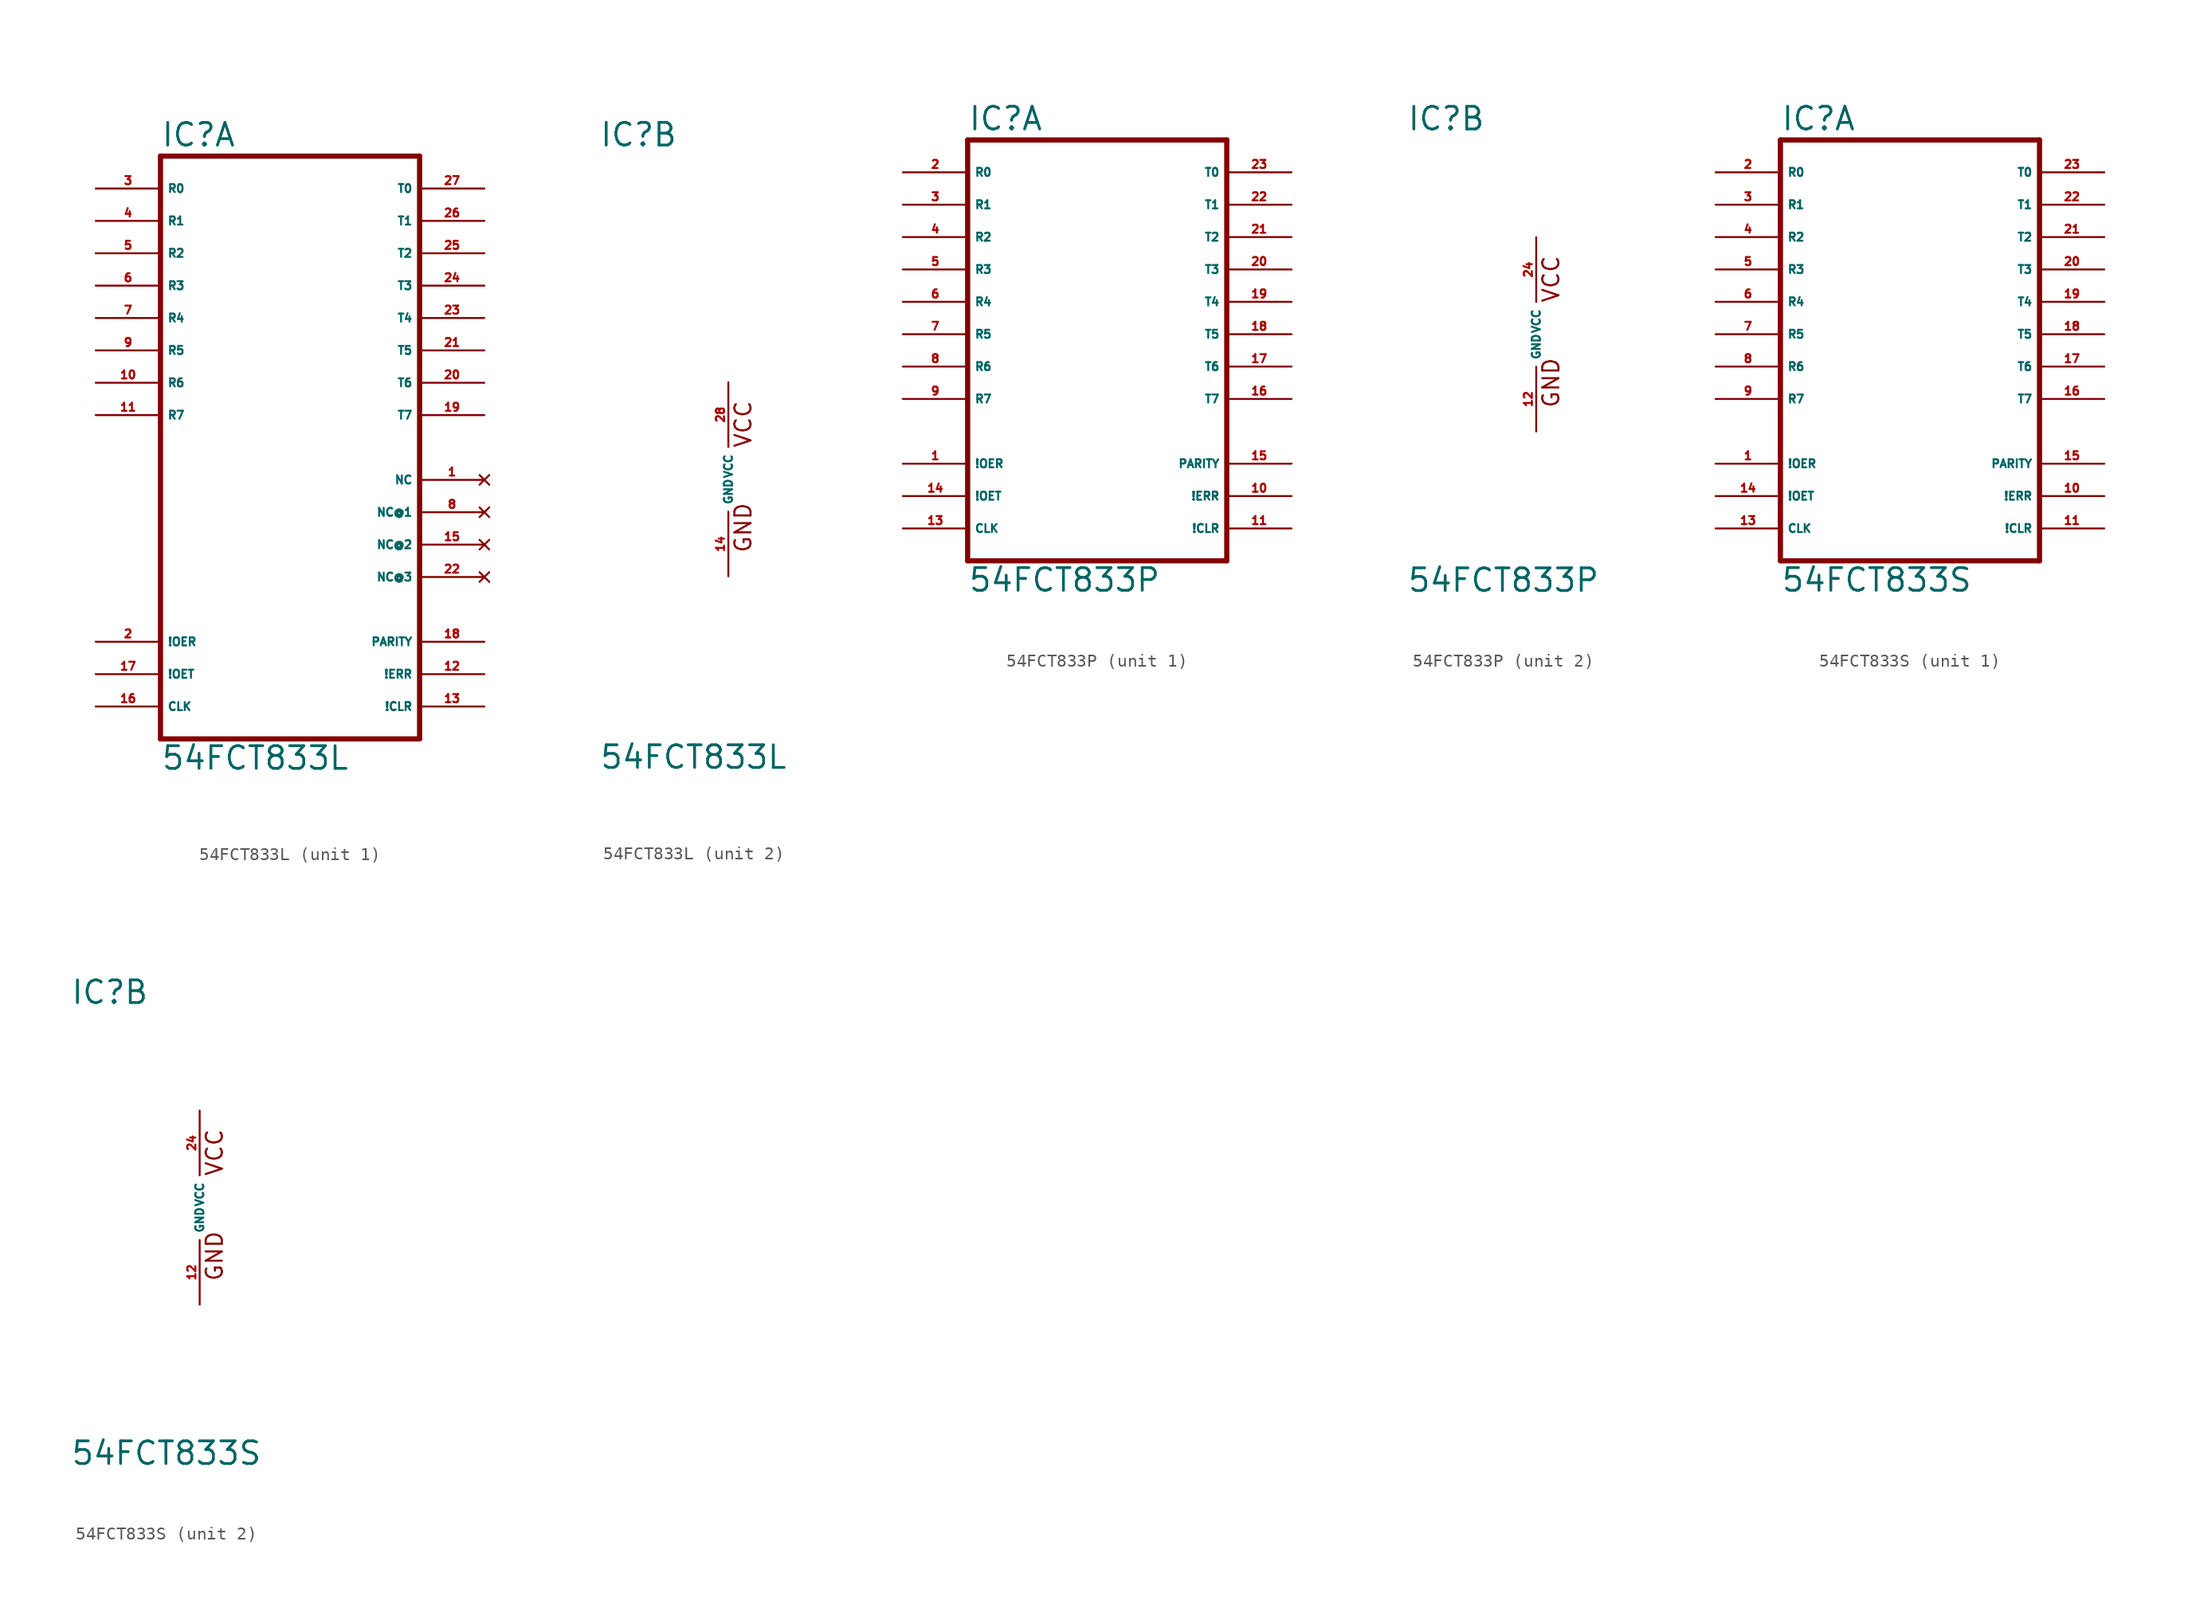
<source format=kicad_sym>
(kicad_symbol_lib
  (version 20220914)
  (generator Eagle2Kicad)
  (symbol "54FCT833L"
    (property "Reference" "IC"
      (at -10.16 26.035 0)
      (effects (font (size 1.778 1.778) (thickness 0.22)) (justify left bottom)))
    (property "Value" "54FCT833L"
      (at -10.16 -22.86 0)
      (effects (font (size 1.778 1.778) (thickness 0.22)) (justify left bottom)))
    (symbol "54FCT833L_1_0"
      (polyline (pts (xy -10.16 -20.32) (xy 10.16 -20.32)) (stroke (width 0.406) (type default)) (fill (type none)))
      (polyline (pts (xy 10.16 -20.32) (xy 10.16 25.4)) (stroke (width 0.406) (type default)) (fill (type none)))
      (polyline (pts (xy 10.16 25.4) (xy -10.16 25.4)) (stroke (width 0.406) (type default)) (fill (type none)))
      (polyline (pts (xy -10.16 25.4) (xy -10.16 -20.32)) (stroke (width 0.406) (type default)) (fill (type none)))
      (pin bidirectional line (at -15.24 22.86 0) (length 5.08) (name "R0" (effects (font (size 0.635 0.635) (thickness 0.08)) (justify left bottom))) (number "3" (effects (font (size 0.635 0.635) (thickness 0.08)) (justify left bottom))))
      (pin bidirectional line (at -15.24 20.32 0) (length 5.08) (name "R1" (effects (font (size 0.635 0.635) (thickness 0.08)) (justify left bottom))) (number "4" (effects (font (size 0.635 0.635) (thickness 0.08)) (justify left bottom))))
      (pin bidirectional line (at -15.24 17.78 0) (length 5.08) (name "R2" (effects (font (size 0.635 0.635) (thickness 0.08)) (justify left bottom))) (number "5" (effects (font (size 0.635 0.635) (thickness 0.08)) (justify left bottom))))
      (pin bidirectional line (at -15.24 15.24 0) (length 5.08) (name "R3" (effects (font (size 0.635 0.635) (thickness 0.08)) (justify left bottom))) (number "6" (effects (font (size 0.635 0.635) (thickness 0.08)) (justify left bottom))))
      (pin bidirectional line (at -15.24 12.7 0) (length 5.08) (name "R4" (effects (font (size 0.635 0.635) (thickness 0.08)) (justify left bottom))) (number "7" (effects (font (size 0.635 0.635) (thickness 0.08)) (justify left bottom))))
      (pin bidirectional line (at -15.24 10.16 0) (length 5.08) (name "R5" (effects (font (size 0.635 0.635) (thickness 0.08)) (justify left bottom))) (number "9" (effects (font (size 0.635 0.635) (thickness 0.08)) (justify left bottom))))
      (pin bidirectional line (at -15.24 7.62 0) (length 5.08) (name "R6" (effects (font (size 0.635 0.635) (thickness 0.08)) (justify left bottom))) (number "10" (effects (font (size 0.635 0.635) (thickness 0.08)) (justify left bottom))))
      (pin bidirectional line (at -15.24 5.08 0) (length 5.08) (name "R7" (effects (font (size 0.635 0.635) (thickness 0.08)) (justify left bottom))) (number "11" (effects (font (size 0.635 0.635) (thickness 0.08)) (justify left bottom))))
      (pin bidirectional line (at 15.24 22.86 180) (length 5.08) (name "T0" (effects (font (size 0.635 0.635) (thickness 0.08)) (justify left bottom))) (number "27" (effects (font (size 0.635 0.635) (thickness 0.08)) (justify left bottom))))
      (pin bidirectional line (at 15.24 20.32 180) (length 5.08) (name "T1" (effects (font (size 0.635 0.635) (thickness 0.08)) (justify left bottom))) (number "26" (effects (font (size 0.635 0.635) (thickness 0.08)) (justify left bottom))))
      (pin bidirectional line (at 15.24 17.78 180) (length 5.08) (name "T2" (effects (font (size 0.635 0.635) (thickness 0.08)) (justify left bottom))) (number "25" (effects (font (size 0.635 0.635) (thickness 0.08)) (justify left bottom))))
      (pin bidirectional line (at 15.24 15.24 180) (length 5.08) (name "T3" (effects (font (size 0.635 0.635) (thickness 0.08)) (justify left bottom))) (number "24" (effects (font (size 0.635 0.635) (thickness 0.08)) (justify left bottom))))
      (pin bidirectional line (at 15.24 12.7 180) (length 5.08) (name "T4" (effects (font (size 0.635 0.635) (thickness 0.08)) (justify left bottom))) (number "23" (effects (font (size 0.635 0.635) (thickness 0.08)) (justify left bottom))))
      (pin bidirectional line (at 15.24 10.16 180) (length 5.08) (name "T5" (effects (font (size 0.635 0.635) (thickness 0.08)) (justify left bottom))) (number "21" (effects (font (size 0.635 0.635) (thickness 0.08)) (justify left bottom))))
      (pin bidirectional line (at 15.24 7.62 180) (length 5.08) (name "T6" (effects (font (size 0.635 0.635) (thickness 0.08)) (justify left bottom))) (number "20" (effects (font (size 0.635 0.635) (thickness 0.08)) (justify left bottom))))
      (pin bidirectional line (at 15.24 5.08 180) (length 5.08) (name "T7" (effects (font (size 0.635 0.635) (thickness 0.08)) (justify left bottom))) (number "19" (effects (font (size 0.635 0.635) (thickness 0.08)) (justify left bottom))))
      (pin input line (at -15.24 -12.7 0) (length 5.08) (name "!OER" (effects (font (size 0.635 0.635) (thickness 0.08)) (justify left bottom))) (number "2" (effects (font (size 0.635 0.635) (thickness 0.08)) (justify left bottom))))
      (pin input line (at -15.24 -15.24 0) (length 5.08) (name "!OET" (effects (font (size 0.635 0.635) (thickness 0.08)) (justify left bottom))) (number "17" (effects (font (size 0.635 0.635) (thickness 0.08)) (justify left bottom))))
      (pin input line (at -15.24 -17.78 0) (length 5.08) (name "CLK" (effects (font (size 0.635 0.635) (thickness 0.08)) (justify left bottom))) (number "16" (effects (font (size 0.635 0.635) (thickness 0.08)) (justify left bottom))))
      (pin output line (at 15.24 -17.78 180) (length 5.08) (name "!CLR" (effects (font (size 0.635 0.635) (thickness 0.08)) (justify left bottom))) (number "13" (effects (font (size 0.635 0.635) (thickness 0.08)) (justify left bottom))))
      (pin output line (at 15.24 -15.24 180) (length 5.08) (name "!ERR" (effects (font (size 0.635 0.635) (thickness 0.08)) (justify left bottom))) (number "12" (effects (font (size 0.635 0.635) (thickness 0.08)) (justify left bottom))))
      (pin bidirectional line (at 15.24 -12.7 180) (length 5.08) (name "PARITY" (effects (font (size 0.635 0.635) (thickness 0.08)) (justify left bottom))) (number "18" (effects (font (size 0.635 0.635) (thickness 0.08)) (justify left bottom))))
      (pin no_connect line (at 15.24 0 180) (length 5.08) (name "NC" (effects (font (size 0.635 0.635) (thickness 0.08)) (justify left bottom) hide)) (number "1" (effects (font (size 0.635 0.635) (thickness 0.08)) (justify left bottom) hide)))
      (pin no_connect line (at 15.24 -2.54 180) (length 5.08) (name "NC@1" (effects (font (size 0.635 0.635) (thickness 0.08)) (justify left bottom) hide)) (number "8" (effects (font (size 0.635 0.635) (thickness 0.08)) (justify left bottom) hide)))
      (pin no_connect line (at 15.24 -5.08 180) (length 5.08) (name "NC@2" (effects (font (size 0.635 0.635) (thickness 0.08)) (justify left bottom) hide)) (number "15" (effects (font (size 0.635 0.635) (thickness 0.08)) (justify left bottom) hide)))
      (pin no_connect line (at 15.24 -7.62 180) (length 5.08) (name "NC@3" (effects (font (size 0.635 0.635) (thickness 0.08)) (justify left bottom) hide)) (number "22" (effects (font (size 0.635 0.635) (thickness 0.08)) (justify left bottom) hide))))
    (symbol "54FCT833L_2_0"
      (text "GND" (at 1.905 -5.842 900) (effects (font (size 1.27 1.27) (thickness 0.16)) (justify left bottom)))
      (text "VCC" (at 1.905 2.413 900) (effects (font (size 1.27 1.27) (thickness 0.16)) (justify left bottom)))
      (pin unspecified line (at 0 7.62 270) (length 5.08) (name "VCC" (effects (font (size 0.635 0.635) (thickness 0.08)) (justify left bottom))) (number "28" (effects (font (size 0.635 0.635) (thickness 0.08)) (justify left bottom))))
      (pin unspecified line (at 0 -7.62 90) (length 5.08) (name "GND" (effects (font (size 0.635 0.635) (thickness 0.08)) (justify left bottom))) (number "14" (effects (font (size 0.635 0.635) (thickness 0.08)) (justify left bottom))))))
  (symbol "54FCT833P"
    (property "Reference" "IC"
      (at -10.16 15.875 0)
      (effects (font (size 1.778 1.778) (thickness 0.22)) (justify left bottom)))
    (property "Value" "54FCT833P"
      (at -10.16 -20.32 0)
      (effects (font (size 1.778 1.778) (thickness 0.22)) (justify left bottom)))
    (symbol "54FCT833P_1_0"
      (polyline (pts (xy -10.16 -17.78) (xy 10.16 -17.78)) (stroke (width 0.406) (type default)) (fill (type none)))
      (polyline (pts (xy 10.16 -17.78) (xy 10.16 15.24)) (stroke (width 0.406) (type default)) (fill (type none)))
      (polyline (pts (xy 10.16 15.24) (xy -10.16 15.24)) (stroke (width 0.406) (type default)) (fill (type none)))
      (polyline (pts (xy -10.16 15.24) (xy -10.16 -17.78)) (stroke (width 0.406) (type default)) (fill (type none)))
      (pin bidirectional line (at -15.24 12.7 0) (length 5.08) (name "R0" (effects (font (size 0.635 0.635) (thickness 0.08)) (justify left bottom))) (number "2" (effects (font (size 0.635 0.635) (thickness 0.08)) (justify left bottom))))
      (pin bidirectional line (at -15.24 10.16 0) (length 5.08) (name "R1" (effects (font (size 0.635 0.635) (thickness 0.08)) (justify left bottom))) (number "3" (effects (font (size 0.635 0.635) (thickness 0.08)) (justify left bottom))))
      (pin bidirectional line (at -15.24 7.62 0) (length 5.08) (name "R2" (effects (font (size 0.635 0.635) (thickness 0.08)) (justify left bottom))) (number "4" (effects (font (size 0.635 0.635) (thickness 0.08)) (justify left bottom))))
      (pin bidirectional line (at -15.24 5.08 0) (length 5.08) (name "R3" (effects (font (size 0.635 0.635) (thickness 0.08)) (justify left bottom))) (number "5" (effects (font (size 0.635 0.635) (thickness 0.08)) (justify left bottom))))
      (pin bidirectional line (at -15.24 2.54 0) (length 5.08) (name "R4" (effects (font (size 0.635 0.635) (thickness 0.08)) (justify left bottom))) (number "6" (effects (font (size 0.635 0.635) (thickness 0.08)) (justify left bottom))))
      (pin bidirectional line (at -15.24 0 0) (length 5.08) (name "R5" (effects (font (size 0.635 0.635) (thickness 0.08)) (justify left bottom))) (number "7" (effects (font (size 0.635 0.635) (thickness 0.08)) (justify left bottom))))
      (pin bidirectional line (at -15.24 -2.54 0) (length 5.08) (name "R6" (effects (font (size 0.635 0.635) (thickness 0.08)) (justify left bottom))) (number "8" (effects (font (size 0.635 0.635) (thickness 0.08)) (justify left bottom))))
      (pin bidirectional line (at -15.24 -5.08 0) (length 5.08) (name "R7" (effects (font (size 0.635 0.635) (thickness 0.08)) (justify left bottom))) (number "9" (effects (font (size 0.635 0.635) (thickness 0.08)) (justify left bottom))))
      (pin bidirectional line (at 15.24 12.7 180) (length 5.08) (name "T0" (effects (font (size 0.635 0.635) (thickness 0.08)) (justify left bottom))) (number "23" (effects (font (size 0.635 0.635) (thickness 0.08)) (justify left bottom))))
      (pin bidirectional line (at 15.24 10.16 180) (length 5.08) (name "T1" (effects (font (size 0.635 0.635) (thickness 0.08)) (justify left bottom))) (number "22" (effects (font (size 0.635 0.635) (thickness 0.08)) (justify left bottom))))
      (pin bidirectional line (at 15.24 7.62 180) (length 5.08) (name "T2" (effects (font (size 0.635 0.635) (thickness 0.08)) (justify left bottom))) (number "21" (effects (font (size 0.635 0.635) (thickness 0.08)) (justify left bottom))))
      (pin bidirectional line (at 15.24 5.08 180) (length 5.08) (name "T3" (effects (font (size 0.635 0.635) (thickness 0.08)) (justify left bottom))) (number "20" (effects (font (size 0.635 0.635) (thickness 0.08)) (justify left bottom))))
      (pin bidirectional line (at 15.24 2.54 180) (length 5.08) (name "T4" (effects (font (size 0.635 0.635) (thickness 0.08)) (justify left bottom))) (number "19" (effects (font (size 0.635 0.635) (thickness 0.08)) (justify left bottom))))
      (pin bidirectional line (at 15.24 0 180) (length 5.08) (name "T5" (effects (font (size 0.635 0.635) (thickness 0.08)) (justify left bottom))) (number "18" (effects (font (size 0.635 0.635) (thickness 0.08)) (justify left bottom))))
      (pin bidirectional line (at 15.24 -2.54 180) (length 5.08) (name "T6" (effects (font (size 0.635 0.635) (thickness 0.08)) (justify left bottom))) (number "17" (effects (font (size 0.635 0.635) (thickness 0.08)) (justify left bottom))))
      (pin bidirectional line (at 15.24 -5.08 180) (length 5.08) (name "T7" (effects (font (size 0.635 0.635) (thickness 0.08)) (justify left bottom))) (number "16" (effects (font (size 0.635 0.635) (thickness 0.08)) (justify left bottom))))
      (pin input line (at -15.24 -10.16 0) (length 5.08) (name "!OER" (effects (font (size 0.635 0.635) (thickness 0.08)) (justify left bottom))) (number "1" (effects (font (size 0.635 0.635) (thickness 0.08)) (justify left bottom))))
      (pin input line (at -15.24 -12.7 0) (length 5.08) (name "!OET" (effects (font (size 0.635 0.635) (thickness 0.08)) (justify left bottom))) (number "14" (effects (font (size 0.635 0.635) (thickness 0.08)) (justify left bottom))))
      (pin input line (at -15.24 -15.24 0) (length 5.08) (name "CLK" (effects (font (size 0.635 0.635) (thickness 0.08)) (justify left bottom))) (number "13" (effects (font (size 0.635 0.635) (thickness 0.08)) (justify left bottom))))
      (pin output line (at 15.24 -15.24 180) (length 5.08) (name "!CLR" (effects (font (size 0.635 0.635) (thickness 0.08)) (justify left bottom))) (number "11" (effects (font (size 0.635 0.635) (thickness 0.08)) (justify left bottom))))
      (pin output line (at 15.24 -12.7 180) (length 5.08) (name "!ERR" (effects (font (size 0.635 0.635) (thickness 0.08)) (justify left bottom))) (number "10" (effects (font (size 0.635 0.635) (thickness 0.08)) (justify left bottom))))
      (pin bidirectional line (at 15.24 -10.16 180) (length 5.08) (name "PARITY" (effects (font (size 0.635 0.635) (thickness 0.08)) (justify left bottom))) (number "15" (effects (font (size 0.635 0.635) (thickness 0.08)) (justify left bottom)))))
    (symbol "54FCT833P_2_0"
      (text "GND" (at 1.905 -5.842 900) (effects (font (size 1.27 1.27) (thickness 0.16)) (justify left bottom)))
      (text "VCC" (at 1.905 2.413 900) (effects (font (size 1.27 1.27) (thickness 0.16)) (justify left bottom)))
      (pin unspecified line (at 0 7.62 270) (length 5.08) (name "VCC" (effects (font (size 0.635 0.635) (thickness 0.08)) (justify left bottom))) (number "24" (effects (font (size 0.635 0.635) (thickness 0.08)) (justify left bottom))))
      (pin unspecified line (at 0 -7.62 90) (length 5.08) (name "GND" (effects (font (size 0.635 0.635) (thickness 0.08)) (justify left bottom))) (number "12" (effects (font (size 0.635 0.635) (thickness 0.08)) (justify left bottom))))))
  (symbol "54FCT833S"
    (property "Reference" "IC"
      (at -10.16 15.875 0)
      (effects (font (size 1.778 1.778) (thickness 0.22)) (justify left bottom)))
    (property "Value" "54FCT833S"
      (at -10.16 -20.32 0)
      (effects (font (size 1.778 1.778) (thickness 0.22)) (justify left bottom)))
    (symbol "54FCT833S_1_0"
      (polyline (pts (xy -10.16 -17.78) (xy 10.16 -17.78)) (stroke (width 0.406) (type default)) (fill (type none)))
      (polyline (pts (xy 10.16 -17.78) (xy 10.16 15.24)) (stroke (width 0.406) (type default)) (fill (type none)))
      (polyline (pts (xy 10.16 15.24) (xy -10.16 15.24)) (stroke (width 0.406) (type default)) (fill (type none)))
      (polyline (pts (xy -10.16 15.24) (xy -10.16 -17.78)) (stroke (width 0.406) (type default)) (fill (type none)))
      (pin bidirectional line (at -15.24 12.7 0) (length 5.08) (name "R0" (effects (font (size 0.635 0.635) (thickness 0.08)) (justify left bottom))) (number "2" (effects (font (size 0.635 0.635) (thickness 0.08)) (justify left bottom))))
      (pin bidirectional line (at -15.24 10.16 0) (length 5.08) (name "R1" (effects (font (size 0.635 0.635) (thickness 0.08)) (justify left bottom))) (number "3" (effects (font (size 0.635 0.635) (thickness 0.08)) (justify left bottom))))
      (pin bidirectional line (at -15.24 7.62 0) (length 5.08) (name "R2" (effects (font (size 0.635 0.635) (thickness 0.08)) (justify left bottom))) (number "4" (effects (font (size 0.635 0.635) (thickness 0.08)) (justify left bottom))))
      (pin bidirectional line (at -15.24 5.08 0) (length 5.08) (name "R3" (effects (font (size 0.635 0.635) (thickness 0.08)) (justify left bottom))) (number "5" (effects (font (size 0.635 0.635) (thickness 0.08)) (justify left bottom))))
      (pin bidirectional line (at -15.24 2.54 0) (length 5.08) (name "R4" (effects (font (size 0.635 0.635) (thickness 0.08)) (justify left bottom))) (number "6" (effects (font (size 0.635 0.635) (thickness 0.08)) (justify left bottom))))
      (pin bidirectional line (at -15.24 0 0) (length 5.08) (name "R5" (effects (font (size 0.635 0.635) (thickness 0.08)) (justify left bottom))) (number "7" (effects (font (size 0.635 0.635) (thickness 0.08)) (justify left bottom))))
      (pin bidirectional line (at -15.24 -2.54 0) (length 5.08) (name "R6" (effects (font (size 0.635 0.635) (thickness 0.08)) (justify left bottom))) (number "8" (effects (font (size 0.635 0.635) (thickness 0.08)) (justify left bottom))))
      (pin bidirectional line (at -15.24 -5.08 0) (length 5.08) (name "R7" (effects (font (size 0.635 0.635) (thickness 0.08)) (justify left bottom))) (number "9" (effects (font (size 0.635 0.635) (thickness 0.08)) (justify left bottom))))
      (pin bidirectional line (at 15.24 12.7 180) (length 5.08) (name "T0" (effects (font (size 0.635 0.635) (thickness 0.08)) (justify left bottom))) (number "23" (effects (font (size 0.635 0.635) (thickness 0.08)) (justify left bottom))))
      (pin bidirectional line (at 15.24 10.16 180) (length 5.08) (name "T1" (effects (font (size 0.635 0.635) (thickness 0.08)) (justify left bottom))) (number "22" (effects (font (size 0.635 0.635) (thickness 0.08)) (justify left bottom))))
      (pin bidirectional line (at 15.24 7.62 180) (length 5.08) (name "T2" (effects (font (size 0.635 0.635) (thickness 0.08)) (justify left bottom))) (number "21" (effects (font (size 0.635 0.635) (thickness 0.08)) (justify left bottom))))
      (pin bidirectional line (at 15.24 5.08 180) (length 5.08) (name "T3" (effects (font (size 0.635 0.635) (thickness 0.08)) (justify left bottom))) (number "20" (effects (font (size 0.635 0.635) (thickness 0.08)) (justify left bottom))))
      (pin bidirectional line (at 15.24 2.54 180) (length 5.08) (name "T4" (effects (font (size 0.635 0.635) (thickness 0.08)) (justify left bottom))) (number "19" (effects (font (size 0.635 0.635) (thickness 0.08)) (justify left bottom))))
      (pin bidirectional line (at 15.24 0 180) (length 5.08) (name "T5" (effects (font (size 0.635 0.635) (thickness 0.08)) (justify left bottom))) (number "18" (effects (font (size 0.635 0.635) (thickness 0.08)) (justify left bottom))))
      (pin bidirectional line (at 15.24 -2.54 180) (length 5.08) (name "T6" (effects (font (size 0.635 0.635) (thickness 0.08)) (justify left bottom))) (number "17" (effects (font (size 0.635 0.635) (thickness 0.08)) (justify left bottom))))
      (pin bidirectional line (at 15.24 -5.08 180) (length 5.08) (name "T7" (effects (font (size 0.635 0.635) (thickness 0.08)) (justify left bottom))) (number "16" (effects (font (size 0.635 0.635) (thickness 0.08)) (justify left bottom))))
      (pin input line (at -15.24 -10.16 0) (length 5.08) (name "!OER" (effects (font (size 0.635 0.635) (thickness 0.08)) (justify left bottom))) (number "1" (effects (font (size 0.635 0.635) (thickness 0.08)) (justify left bottom))))
      (pin input line (at -15.24 -12.7 0) (length 5.08) (name "!OET" (effects (font (size 0.635 0.635) (thickness 0.08)) (justify left bottom))) (number "14" (effects (font (size 0.635 0.635) (thickness 0.08)) (justify left bottom))))
      (pin input line (at -15.24 -15.24 0) (length 5.08) (name "CLK" (effects (font (size 0.635 0.635) (thickness 0.08)) (justify left bottom))) (number "13" (effects (font (size 0.635 0.635) (thickness 0.08)) (justify left bottom))))
      (pin output line (at 15.24 -15.24 180) (length 5.08) (name "!CLR" (effects (font (size 0.635 0.635) (thickness 0.08)) (justify left bottom))) (number "11" (effects (font (size 0.635 0.635) (thickness 0.08)) (justify left bottom))))
      (pin output line (at 15.24 -12.7 180) (length 5.08) (name "!ERR" (effects (font (size 0.635 0.635) (thickness 0.08)) (justify left bottom))) (number "10" (effects (font (size 0.635 0.635) (thickness 0.08)) (justify left bottom))))
      (pin bidirectional line (at 15.24 -10.16 180) (length 5.08) (name "PARITY" (effects (font (size 0.635 0.635) (thickness 0.08)) (justify left bottom))) (number "15" (effects (font (size 0.635 0.635) (thickness 0.08)) (justify left bottom)))))
    (symbol "54FCT833S_2_0"
      (text "GND" (at 1.905 -5.842 900) (effects (font (size 1.27 1.27) (thickness 0.16)) (justify left bottom)))
      (text "VCC" (at 1.905 2.413 900) (effects (font (size 1.27 1.27) (thickness 0.16)) (justify left bottom)))
      (pin unspecified line (at 0 7.62 270) (length 5.08) (name "VCC" (effects (font (size 0.635 0.635) (thickness 0.08)) (justify left bottom))) (number "24" (effects (font (size 0.635 0.635) (thickness 0.08)) (justify left bottom))))
      (pin unspecified line (at 0 -7.62 90) (length 5.08) (name "GND" (effects (font (size 0.635 0.635) (thickness 0.08)) (justify left bottom))) (number "12" (effects (font (size 0.635 0.635) (thickness 0.08)) (justify left bottom)))))))
</source>
